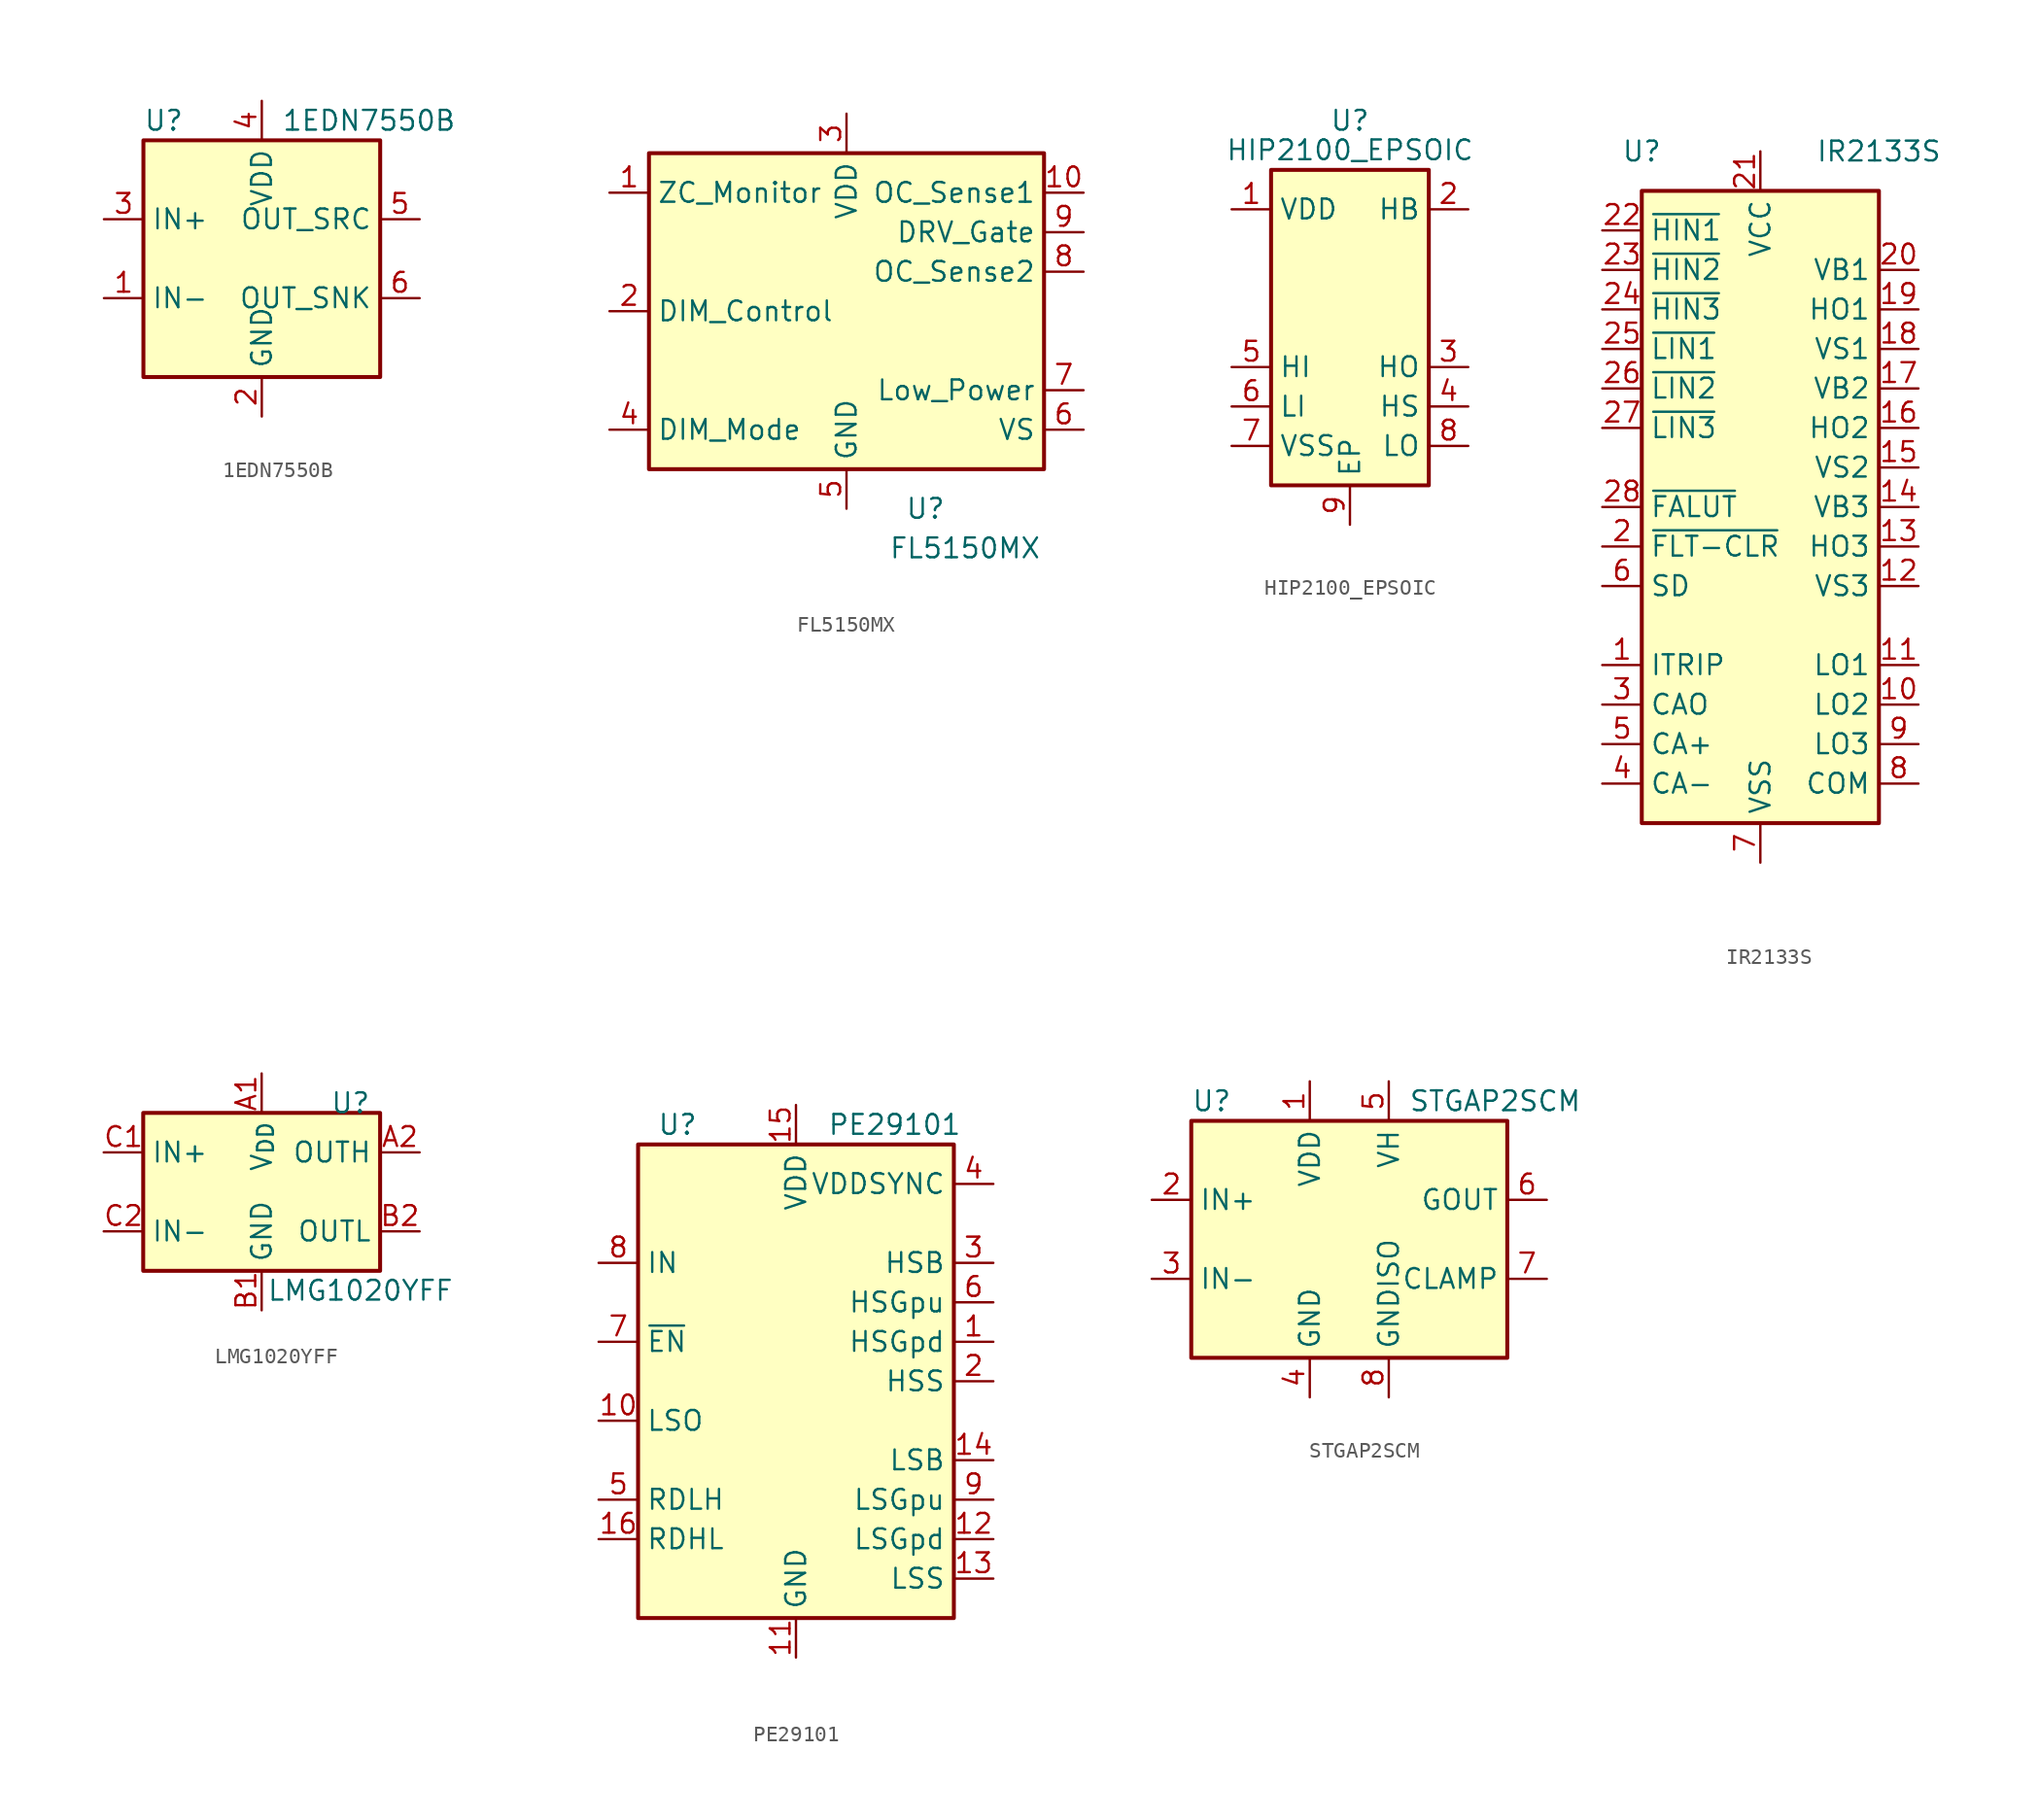
<source format=kicad_sym>
(kicad_symbol_lib
  (version 20220914)
  (generator kicad_symbol_editor)
  (symbol "1EDN7550B"
    (property "Reference" "U"
      (at -7.62 8.89 0)
      (effects (font (size 1.27 1.27)) (justify left)))
    (property "Value" "1EDN7550B"
      (at 1.27 8.89 0)
      (effects (font (size 1.27 1.27)) (justify left)))
    (symbol "1EDN7550B_0_1"
      (rectangle (start -7.62 -7.62) (end 7.62 7.62) (stroke (width 0.254) (type default)) (fill (type background))))
    (symbol "1EDN7550B_1_1"
      (pin input line (at -10.16 -2.54 0) (length 2.54) (name "IN-" (effects (font (size 1.27 1.27)))) (number "1" (effects (font (size 1.27 1.27)))))
      (pin power_in line (at 0 -10.16 90) (length 2.54) (name "GND" (effects (font (size 1.27 1.27)))) (number "2" (effects (font (size 1.27 1.27)))))
      (pin input line (at -10.16 2.54 0) (length 2.54) (name "IN+" (effects (font (size 1.27 1.27)))) (number "3" (effects (font (size 1.27 1.27)))))
      (pin power_in line (at 0 10.16 270) (length 2.54) (name "VDD" (effects (font (size 1.27 1.27)))) (number "4" (effects (font (size 1.27 1.27)))))
      (pin output line (at 10.16 2.54 180) (length 2.54) (name "OUT_SRC" (effects (font (size 1.27 1.27)))) (number "5" (effects (font (size 1.27 1.27)))))
      (pin output line (at 10.16 -2.54 180) (length 2.54) (name "OUT_SNK" (effects (font (size 1.27 1.27)))) (number "6" (effects (font (size 1.27 1.27)))))))
  (symbol "FL5150MX"
    (property "Reference" "U"
      (at 5.08 -12.7 0)
      (effects (font (size 1.27 1.27))))
    (property "Value" "FL5150MX"
      (at 7.62 -15.24 0)
      (effects (font (size 1.27 1.27))))
    (symbol "FL5150MX_0_1"
      (rectangle (start -12.7 10.16) (end 12.7 -10.16) (stroke (width 0.254) (type default)) (fill (type background))))
    (symbol "FL5150MX_1_1"
      (pin input line (at -15.24 7.62 0) (length 2.54) (name "ZC_Monitor" (effects (font (size 1.27 1.27)))) (number "1" (effects (font (size 1.27 1.27)))))
      (pin input line (at 15.24 7.62 180) (length 2.54) (name "OC_Sense1" (effects (font (size 1.27 1.27)))) (number "10" (effects (font (size 1.27 1.27)))))
      (pin input line (at -15.24 0 0) (length 2.54) (name "DIM_Control" (effects (font (size 1.27 1.27)))) (number "2" (effects (font (size 1.27 1.27)))))
      (pin power_out line (at 0 12.7 270) (length 2.54) (name "VDD" (effects (font (size 1.27 1.27)))) (number "3" (effects (font (size 1.27 1.27)))))
      (pin input line (at -15.24 -7.62 0) (length 2.54) (name "DIM_Mode" (effects (font (size 1.27 1.27)))) (number "4" (effects (font (size 1.27 1.27)))))
      (pin power_out line (at 0 -12.7 90) (length 2.54) (name "GND" (effects (font (size 1.27 1.27)))) (number "5" (effects (font (size 1.27 1.27)))))
      (pin power_in line (at 15.24 -7.62 180) (length 2.54) (name "VS" (effects (font (size 1.27 1.27)))) (number "6" (effects (font (size 1.27 1.27)))))
      (pin input line (at 15.24 -5.08 180) (length 2.54) (name "Low_Power" (effects (font (size 1.27 1.27)))) (number "7" (effects (font (size 1.27 1.27)))))
      (pin input line (at 15.24 2.54 180) (length 2.54) (name "OC_Sense2" (effects (font (size 1.27 1.27)))) (number "8" (effects (font (size 1.27 1.27)))))
      (pin output line (at 15.24 5.08 180) (length 2.54) (name "DRV_Gate" (effects (font (size 1.27 1.27)))) (number "9" (effects (font (size 1.27 1.27)))))))
  (symbol "HIP2100_EPSOIC"
    (property "Reference" "U"
      (at 0 13.335 0)
      (effects (font (size 1.27 1.27))))
    (property "Value" "HIP2100_EPSOIC"
      (at 0 11.43 0)
      (effects (font (size 1.27 1.27))))
    (symbol "HIP2100_EPSOIC_0_1"
      (rectangle (start -5.08 -10.16) (end 5.08 10.16) (stroke (width 0.254) (type default)) (fill (type background))))
    (symbol "HIP2100_EPSOIC_1_1"
      (pin power_in line (at -7.62 7.62 0) (length 2.54) (name "VDD" (effects (font (size 1.27 1.27)))) (number "1" (effects (font (size 1.27 1.27)))))
      (pin passive line (at 7.62 7.62 180) (length 2.54) (name "HB" (effects (font (size 1.27 1.27)))) (number "2" (effects (font (size 1.27 1.27)))))
      (pin output line (at 7.62 -2.54 180) (length 2.54) (name "HO" (effects (font (size 1.27 1.27)))) (number "3" (effects (font (size 1.27 1.27)))))
      (pin passive line (at 7.62 -5.08 180) (length 2.54) (name "HS" (effects (font (size 1.27 1.27)))) (number "4" (effects (font (size 1.27 1.27)))))
      (pin input line (at -7.62 -2.54 0) (length 2.54) (name "HI" (effects (font (size 1.27 1.27)))) (number "5" (effects (font (size 1.27 1.27)))))
      (pin input line (at -7.62 -5.08 0) (length 2.54) (name "LI" (effects (font (size 1.27 1.27)))) (number "6" (effects (font (size 1.27 1.27)))))
      (pin power_in line (at -7.62 -7.62 0) (length 2.54) (name "VSS" (effects (font (size 1.27 1.27)))) (number "7" (effects (font (size 1.27 1.27)))))
      (pin output line (at 7.62 -7.62 180) (length 2.54) (name "LO" (effects (font (size 1.27 1.27)))) (number "8" (effects (font (size 1.27 1.27)))))
      (pin output line (at 0 -12.7 90) (length 2.54) (name "EP" (effects (font (size 1.27 1.27)))) (number "9" (effects (font (size 1.27 1.27)))))))
  (symbol "IR2133S"
    (property "Reference" "U"
      (at -7.62 22.86 0)
      (effects (font (size 1.27 1.27))))
    (property "Value" "IR2133S"
      (at 7.62 22.86 0)
      (effects (font (size 1.27 1.27))))
    (symbol "IR2133S_1_1"
      (rectangle (start -7.62 -20.32) (end 7.62 20.32) (stroke (width 0.254) (type default)) (fill (type background)))
      (pin input line (at -10.16 -10.16 0) (length 2.54) (name "ITRIP" (effects (font (size 1.27 1.27)))) (number "1" (effects (font (size 1.27 1.27)))))
      (pin output line (at 10.16 -12.7 180) (length 2.54) (name "LO2" (effects (font (size 1.27 1.27)))) (number "10" (effects (font (size 1.27 1.27)))))
      (pin output line (at 10.16 -10.16 180) (length 2.54) (name "LO1" (effects (font (size 1.27 1.27)))) (number "11" (effects (font (size 1.27 1.27)))))
      (pin passive line (at 10.16 -5.08 180) (length 2.54) (name "VS3" (effects (font (size 1.27 1.27)))) (number "12" (effects (font (size 1.27 1.27)))))
      (pin output line (at 10.16 -2.54 180) (length 2.54) (name "HO3" (effects (font (size 1.27 1.27)))) (number "13" (effects (font (size 1.27 1.27)))))
      (pin passive line (at 10.16 0 180) (length 2.54) (name "VB3" (effects (font (size 1.27 1.27)))) (number "14" (effects (font (size 1.27 1.27)))))
      (pin passive line (at 10.16 2.54 180) (length 2.54) (name "VS2" (effects (font (size 1.27 1.27)))) (number "15" (effects (font (size 1.27 1.27)))))
      (pin output line (at 10.16 5.08 180) (length 2.54) (name "HO2" (effects (font (size 1.27 1.27)))) (number "16" (effects (font (size 1.27 1.27)))))
      (pin passive line (at 10.16 7.62 180) (length 2.54) (name "VB2" (effects (font (size 1.27 1.27)))) (number "17" (effects (font (size 1.27 1.27)))))
      (pin passive line (at 10.16 10.16 180) (length 2.54) (name "VS1" (effects (font (size 1.27 1.27)))) (number "18" (effects (font (size 1.27 1.27)))))
      (pin output line (at 10.16 12.7 180) (length 2.54) (name "HO1" (effects (font (size 1.27 1.27)))) (number "19" (effects (font (size 1.27 1.27)))))
      (pin input line (at -10.16 -2.54 0) (length 2.54) (name "~{FLT-CLR}" (effects (font (size 1.27 1.27)))) (number "2" (effects (font (size 1.27 1.27)))))
      (pin passive line (at 10.16 15.24 180) (length 2.54) (name "VB1" (effects (font (size 1.27 1.27)))) (number "20" (effects (font (size 1.27 1.27)))))
      (pin power_in line (at 0 22.86 270) (length 2.54) (name "VCC" (effects (font (size 1.27 1.27)))) (number "21" (effects (font (size 1.27 1.27)))))
      (pin input line (at -10.16 17.78 0) (length 2.54) (name "~{HIN1}" (effects (font (size 1.27 1.27)))) (number "22" (effects (font (size 1.27 1.27)))))
      (pin input line (at -10.16 15.24 0) (length 2.54) (name "~{HIN2}" (effects (font (size 1.27 1.27)))) (number "23" (effects (font (size 1.27 1.27)))))
      (pin input line (at -10.16 12.7 0) (length 2.54) (name "~{HIN3}" (effects (font (size 1.27 1.27)))) (number "24" (effects (font (size 1.27 1.27)))))
      (pin input line (at -10.16 10.16 0) (length 2.54) (name "~{LIN1}" (effects (font (size 1.27 1.27)))) (number "25" (effects (font (size 1.27 1.27)))))
      (pin input line (at -10.16 7.62 0) (length 2.54) (name "~{LIN2}" (effects (font (size 1.27 1.27)))) (number "26" (effects (font (size 1.27 1.27)))))
      (pin input line (at -10.16 5.08 0) (length 2.54) (name "~{LIN3}" (effects (font (size 1.27 1.27)))) (number "27" (effects (font (size 1.27 1.27)))))
      (pin output line (at -10.16 0 0) (length 2.54) (name "~{FALUT}" (effects (font (size 1.27 1.27)))) (number "28" (effects (font (size 1.27 1.27)))))
      (pin output line (at -10.16 -12.7 0) (length 2.54) (name "CAO" (effects (font (size 1.27 1.27)))) (number "3" (effects (font (size 1.27 1.27)))))
      (pin input line (at -10.16 -17.78 0) (length 2.54) (name "CA-" (effects (font (size 1.27 1.27)))) (number "4" (effects (font (size 1.27 1.27)))))
      (pin input line (at -10.16 -15.24 0) (length 2.54) (name "CA+" (effects (font (size 1.27 1.27)))) (number "5" (effects (font (size 1.27 1.27)))))
      (pin input line (at -10.16 -5.08 0) (length 2.54) (name "SD" (effects (font (size 1.27 1.27)))) (number "6" (effects (font (size 1.27 1.27)))))
      (pin power_in line (at 0 -22.86 90) (length 2.54) (name "VSS" (effects (font (size 1.27 1.27)))) (number "7" (effects (font (size 1.27 1.27)))))
      (pin passive line (at 10.16 -17.78 180) (length 2.54) (name "COM" (effects (font (size 1.27 1.27)))) (number "8" (effects (font (size 1.27 1.27)))))
      (pin output line (at 10.16 -15.24 180) (length 2.54) (name "LO3" (effects (font (size 1.27 1.27)))) (number "9" (effects (font (size 1.27 1.27)))))))
  (symbol "LMG1020YFF"
    (property "Reference" "U"
      (at 5.715 5.715 0)
      (effects (font (size 1.27 1.27))))
    (property "Value" "LMG1020YFF"
      (at 6.35 -6.35 0)
      (effects (font (size 1.27 1.27))))
    (symbol "LMG1020YFF_0_1"
      (rectangle (start -7.62 5.08) (end 7.62 -5.08) (stroke (width 0.254) (type default)) (fill (type background))))
    (symbol "LMG1020YFF_1_1"
      (pin power_in line (at 0 7.62 270) (length 2.54) (name "V_{DD}" (effects (font (size 1.27 1.27)))) (number "A1" (effects (font (size 1.27 1.27)))))
      (pin output line (at 10.16 2.54 180) (length 2.54) (name "OUTH" (effects (font (size 1.27 1.27)))) (number "A2" (effects (font (size 1.27 1.27)))))
      (pin power_in line (at 0 -7.62 90) (length 2.54) (name "GND" (effects (font (size 1.27 1.27)))) (number "B1" (effects (font (size 1.27 1.27)))))
      (pin output line (at 10.16 -2.54 180) (length 2.54) (name "OUTL" (effects (font (size 1.27 1.27)))) (number "B2" (effects (font (size 1.27 1.27)))))
      (pin input line (at -10.16 2.54 0) (length 2.54) (name "IN+" (effects (font (size 1.27 1.27)))) (number "C1" (effects (font (size 1.27 1.27)))))
      (pin input line (at -10.16 -2.54 0) (length 2.54) (name "IN-" (effects (font (size 1.27 1.27)))) (number "C2" (effects (font (size 1.27 1.27)))))))
  (symbol "PE29101"
    (property "Reference" "U"
      (at -7.62 16.51 0)
      (effects (font (size 1.27 1.27))))
    (property "Value" "PE29101"
      (at 6.35 16.51 0)
      (effects (font (size 1.27 1.27))))
    (symbol "PE29101_0_1"
      (rectangle (start 10.16 15.24) (end -10.16 -15.24) (stroke (width 0.254) (type default)) (fill (type background))))
    (symbol "PE29101_1_1"
      (pin output line (at 12.7 2.54 180) (length 2.54) (name "HSGpd" (effects (font (size 1.27 1.27)))) (number "1" (effects (font (size 1.27 1.27)))))
      (pin output line (at -12.7 -2.54 0) (length 2.54) (name "LSO" (effects (font (size 1.27 1.27)))) (number "10" (effects (font (size 1.27 1.27)))))
      (pin power_in line (at 0 -17.78 90) (length 2.54) (name "GND" (effects (font (size 1.27 1.27)))) (number "11" (effects (font (size 1.27 1.27)))))
      (pin output line (at 12.7 -10.16 180) (length 2.54) (name "LSGpd" (effects (font (size 1.27 1.27)))) (number "12" (effects (font (size 1.27 1.27)))))
      (pin passive line (at 12.7 -12.7 180) (length 2.54) (name "LSS" (effects (font (size 1.27 1.27)))) (number "13" (effects (font (size 1.27 1.27)))))
      (pin input line (at 12.7 -5.08 180) (length 2.54) (name "LSB" (effects (font (size 1.27 1.27)))) (number "14" (effects (font (size 1.27 1.27)))))
      (pin power_in line (at 0 17.78 270) (length 2.54) (name "VDD" (effects (font (size 1.27 1.27)))) (number "15" (effects (font (size 1.27 1.27)))))
      (pin passive line (at -12.7 -10.16 0) (length 2.54) (name "RDHL" (effects (font (size 1.27 1.27)))) (number "16" (effects (font (size 1.27 1.27)))))
      (pin passive line (at 12.7 0 180) (length 2.54) (name "HSS" (effects (font (size 1.27 1.27)))) (number "2" (effects (font (size 1.27 1.27)))))
      (pin input line (at 12.7 7.62 180) (length 2.54) (name "HSB" (effects (font (size 1.27 1.27)))) (number "3" (effects (font (size 1.27 1.27)))))
      (pin passive line (at 12.7 12.7 180) (length 2.54) (name "VDDSYNC" (effects (font (size 1.27 1.27)))) (number "4" (effects (font (size 1.27 1.27)))))
      (pin passive line (at -12.7 -7.62 0) (length 2.54) (name "RDLH" (effects (font (size 1.27 1.27)))) (number "5" (effects (font (size 1.27 1.27)))))
      (pin output line (at 12.7 5.08 180) (length 2.54) (name "HSGpu" (effects (font (size 1.27 1.27)))) (number "6" (effects (font (size 1.27 1.27)))))
      (pin input line (at -12.7 2.54 0) (length 2.54) (name "~{EN}" (effects (font (size 1.27 1.27)))) (number "7" (effects (font (size 1.27 1.27)))))
      (pin input line (at -12.7 7.62 0) (length 2.54) (name "IN" (effects (font (size 1.27 1.27)))) (number "8" (effects (font (size 1.27 1.27)))))
      (pin output line (at 12.7 -7.62 180) (length 2.54) (name "LSGpu" (effects (font (size 1.27 1.27)))) (number "9" (effects (font (size 1.27 1.27)))))))
  (symbol "STGAP2SCM"
    (property "Reference" "U"
      (at -10.16 8.89 0)
      (effects (font (size 1.27 1.27)) (justify left)))
    (property "Value" "STGAP2SCM"
      (at 3.81 8.89 0)
      (effects (font (size 1.27 1.27)) (justify left)))
    (symbol "STGAP2SCM_0_1"
      (rectangle (start -10.16 -7.62) (end 10.16 7.62) (stroke (width 0.254) (type default)) (fill (type background))))
    (symbol "STGAP2SCM_1_1"
      (pin power_in line (at -2.54 10.16 270) (length 2.54) (name "VDD" (effects (font (size 1.27 1.27)))) (number "1" (effects (font (size 1.27 1.27)))))
      (pin input line (at -12.7 2.54 0) (length 2.54) (name "IN+" (effects (font (size 1.27 1.27)))) (number "2" (effects (font (size 1.27 1.27)))))
      (pin input line (at -12.7 -2.54 0) (length 2.54) (name "IN-" (effects (font (size 1.27 1.27)))) (number "3" (effects (font (size 1.27 1.27)))))
      (pin power_in line (at -2.54 -10.16 90) (length 2.54) (name "GND" (effects (font (size 1.27 1.27)))) (number "4" (effects (font (size 1.27 1.27)))))
      (pin power_in line (at 2.54 10.16 270) (length 2.54) (name "VH" (effects (font (size 1.27 1.27)))) (number "5" (effects (font (size 1.27 1.27)))))
      (pin output line (at 12.7 2.54 180) (length 2.54) (name "GOUT" (effects (font (size 1.27 1.27)))) (number "6" (effects (font (size 1.27 1.27)))))
      (pin output line (at 12.7 -2.54 180) (length 2.54) (name "CLAMP" (effects (font (size 1.27 1.27)))) (number "7" (effects (font (size 1.27 1.27)))))
      (pin power_in line (at 2.54 -10.16 90) (length 2.54) (name "GNDISO" (effects (font (size 1.27 1.27)))) (number "8" (effects (font (size 1.27 1.27))))))))
</source>
